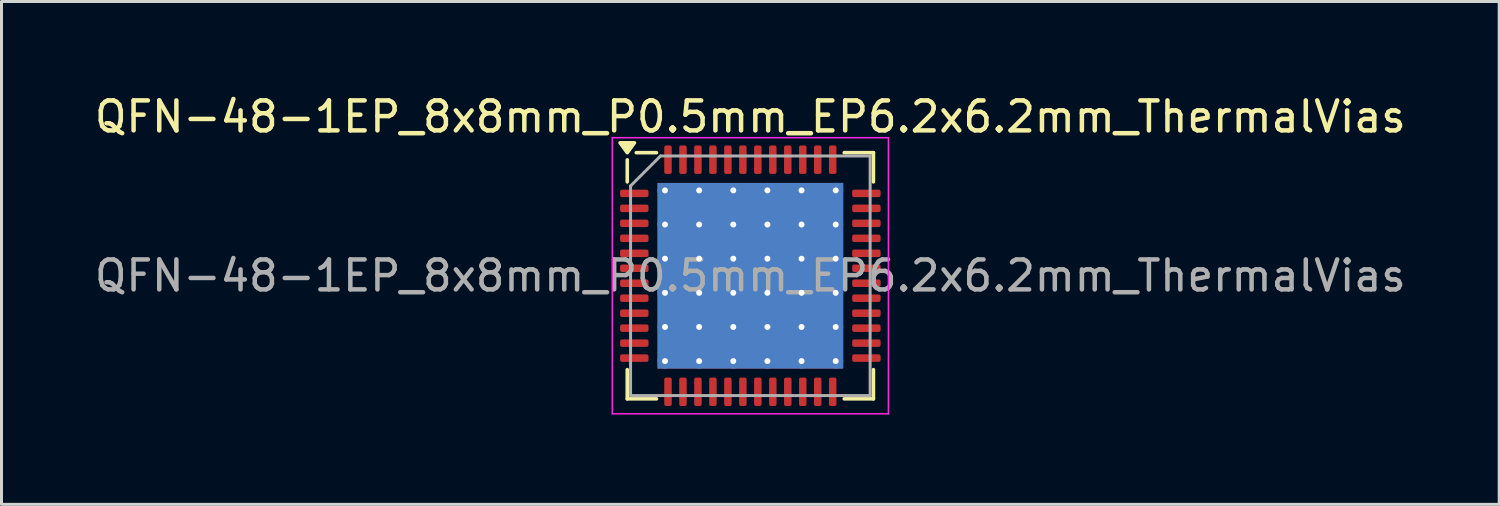
<source format=kicad_pcb>
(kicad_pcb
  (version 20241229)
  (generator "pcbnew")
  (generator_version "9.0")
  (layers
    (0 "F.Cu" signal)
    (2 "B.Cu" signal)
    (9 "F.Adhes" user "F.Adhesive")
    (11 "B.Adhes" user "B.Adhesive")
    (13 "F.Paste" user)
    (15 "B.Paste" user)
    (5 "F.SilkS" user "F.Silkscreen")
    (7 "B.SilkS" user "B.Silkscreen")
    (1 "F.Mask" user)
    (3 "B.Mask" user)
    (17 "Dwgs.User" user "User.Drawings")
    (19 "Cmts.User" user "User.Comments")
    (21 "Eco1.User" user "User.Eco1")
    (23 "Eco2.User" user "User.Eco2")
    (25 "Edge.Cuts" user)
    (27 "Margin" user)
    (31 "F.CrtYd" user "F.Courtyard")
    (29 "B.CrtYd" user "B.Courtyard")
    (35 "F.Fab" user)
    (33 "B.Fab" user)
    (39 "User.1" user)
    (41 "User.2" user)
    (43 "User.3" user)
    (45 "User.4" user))
  (footprint "QFN-48-1EP_8x8mm_P0.5mm_EP6.2x6.2mm_ThermalVias"
    (layer "F.Cu")
    (at 22.006 6.158)
    (property "Reference" "QFN-48-1EP_8x8mm_P0.5mm_EP6.2x6.2mm_ThermalVias" (at 0 -5.31 0) (layer "F.SilkS") (effects (font (size 1 1) (thickness 0.15))))
    (attr smd)
    (fp_line (start -4.11 -3.135) (end -4.11 -3.87) (stroke (width 0.12) (type solid)) (layer "F.SilkS"))
    (fp_line (start -4.11 4.11) (end -4.11 3.135) (stroke (width 0.12) (type solid)) (layer "F.SilkS"))
    (fp_line (start -3.135 -4.11) (end -3.81 -4.11) (stroke (width 0.12) (type solid)) (layer "F.SilkS"))
    (fp_line (start -3.135 4.11) (end -4.11 4.11) (stroke (width 0.12) (type solid)) (layer "F.SilkS"))
    (fp_line (start 3.135 -4.11) (end 4.11 -4.11) (stroke (width 0.12) (type solid)) (layer "F.SilkS"))
    (fp_line (start 3.135 4.11) (end 4.11 4.11) (stroke (width 0.12) (type solid)) (layer "F.SilkS"))
    (fp_line (start 4.11 -4.11) (end 4.11 -3.135) (stroke (width 0.12) (type solid)) (layer "F.SilkS"))
    (fp_line (start 4.11 4.11) (end 4.11 3.135) (stroke (width 0.12) (type solid)) (layer "F.SilkS"))
    (fp_poly (pts (xy -4.11 -4.11) (xy -4.35 -4.44) (xy -3.87 -4.44) (xy -4.11 -4.11)) (stroke (width 0.12) (type solid)) (fill yes) (layer "F.SilkS"))
    (fp_line (start -4.61 -4.61) (end -4.61 4.61) (stroke (width 0.05) (type solid)) (layer "F.CrtYd"))
    (fp_line (start -4.61 4.61) (end 4.61 4.61) (stroke (width 0.05) (type solid)) (layer "F.CrtYd"))
    (fp_line (start 4.61 -4.61) (end -4.61 -4.61) (stroke (width 0.05) (type solid)) (layer "F.CrtYd"))
    (fp_line (start 4.61 4.61) (end 4.61 -4.61) (stroke (width 0.05) (type solid)) (layer "F.CrtYd"))
    (fp_line (start -4 -3) (end -3 -4) (stroke (width 0.1) (type solid)) (layer "F.Fab"))
    (fp_line (start -4 4) (end -4 -3) (stroke (width 0.1) (type solid)) (layer "F.Fab"))
    (fp_line (start -3 -4) (end 4 -4) (stroke (width 0.1) (type solid)) (layer "F.Fab"))
    (fp_line (start 4 -4) (end 4 4) (stroke (width 0.1) (type solid)) (layer "F.Fab"))
    (fp_line (start 4 4) (end -4 4) (stroke (width 0.1) (type solid)) (layer "F.Fab"))
    (fp_text user "${REFERENCE}" (at 0 0 0) (layer "F.Fab") (effects (font (size 1 1) (thickness 0.15))))
    (pad "" smd roundrect (at -2.28 -2.28) (size 0.961 0.961) (layers "F.Paste") (roundrect_rratio 0.25))
    (pad "" smd roundrect (at -2.28 -1.14) (size 0.961 0.961) (layers "F.Paste") (roundrect_rratio 0.25))
    (pad "" smd roundrect (at -2.28 0) (size 0.961 0.961) (layers "F.Paste") (roundrect_rratio 0.25))
    (pad "" smd roundrect (at -2.28 1.14) (size 0.961 0.961) (layers "F.Paste") (roundrect_rratio 0.25))
    (pad "" smd roundrect (at -2.28 2.28) (size 0.961 0.961) (layers "F.Paste") (roundrect_rratio 0.25))
    (pad "" smd roundrect (at -1.14 -2.28) (size 0.961 0.961) (layers "F.Paste") (roundrect_rratio 0.25))
    (pad "" smd roundrect (at -1.14 -1.14) (size 0.961 0.961) (layers "F.Paste") (roundrect_rratio 0.25))
    (pad "" smd roundrect (at -1.14 0) (size 0.961 0.961) (layers "F.Paste") (roundrect_rratio 0.25))
    (pad "" smd roundrect (at -1.14 1.14) (size 0.961 0.961) (layers "F.Paste") (roundrect_rratio 0.25))
    (pad "" smd roundrect (at -1.14 2.28) (size 0.961 0.961) (layers "F.Paste") (roundrect_rratio 0.25))
    (pad "" smd roundrect (at 0 -2.28) (size 0.961 0.961) (layers "F.Paste") (roundrect_rratio 0.25))
    (pad "" smd roundrect (at 0 -1.14) (size 0.961 0.961) (layers "F.Paste") (roundrect_rratio 0.25))
    (pad "" smd roundrect (at 0 0) (size 0.961 0.961) (layers "F.Paste") (roundrect_rratio 0.25))
    (pad "" smd roundrect (at 0 1.14) (size 0.961 0.961) (layers "F.Paste") (roundrect_rratio 0.25))
    (pad "" smd roundrect (at 0 2.28) (size 0.961 0.961) (layers "F.Paste") (roundrect_rratio 0.25))
    (pad "" smd roundrect (at 1.14 -2.28) (size 0.961 0.961) (layers "F.Paste") (roundrect_rratio 0.25))
    (pad "" smd roundrect (at 1.14 -1.14) (size 0.961 0.961) (layers "F.Paste") (roundrect_rratio 0.25))
    (pad "" smd roundrect (at 1.14 0) (size 0.961 0.961) (layers "F.Paste") (roundrect_rratio 0.25))
    (pad "" smd roundrect (at 1.14 1.14) (size 0.961 0.961) (layers "F.Paste") (roundrect_rratio 0.25))
    (pad "" smd roundrect (at 1.14 2.28) (size 0.961 0.961) (layers "F.Paste") (roundrect_rratio 0.25))
    (pad "" smd roundrect (at 2.28 -2.28) (size 0.961 0.961) (layers "F.Paste") (roundrect_rratio 0.25))
    (pad "" smd roundrect (at 2.28 -1.14) (size 0.961 0.961) (layers "F.Paste") (roundrect_rratio 0.25))
    (pad "" smd roundrect (at 2.28 0) (size 0.961 0.961) (layers "F.Paste") (roundrect_rratio 0.25))
    (pad "" smd roundrect (at 2.28 1.14) (size 0.961 0.961) (layers "F.Paste") (roundrect_rratio 0.25))
    (pad "" smd roundrect (at 2.28 2.28) (size 0.961 0.961) (layers "F.Paste") (roundrect_rratio 0.25))
    (pad "1" smd roundrect (at -3.875 -2.75) (size 0.95 0.25) (layers "F.Cu" "F.Mask" "F.Paste") (roundrect_rratio 0.25))
    (pad "2" smd roundrect (at -3.875 -2.25) (size 0.95 0.25) (layers "F.Cu" "F.Mask" "F.Paste") (roundrect_rratio 0.25))
    (pad "3" smd roundrect (at -3.875 -1.75) (size 0.95 0.25) (layers "F.Cu" "F.Mask" "F.Paste") (roundrect_rratio 0.25))
    (pad "4" smd roundrect (at -3.875 -1.25) (size 0.95 0.25) (layers "F.Cu" "F.Mask" "F.Paste") (roundrect_rratio 0.25))
    (pad "5" smd roundrect (at -3.875 -0.75) (size 0.95 0.25) (layers "F.Cu" "F.Mask" "F.Paste") (roundrect_rratio 0.25))
    (pad "6" smd roundrect (at -3.875 -0.25) (size 0.95 0.25) (layers "F.Cu" "F.Mask" "F.Paste") (roundrect_rratio 0.25))
    (pad "7" smd roundrect (at -3.875 0.25) (size 0.95 0.25) (layers "F.Cu" "F.Mask" "F.Paste") (roundrect_rratio 0.25))
    (pad "8" smd roundrect (at -3.875 0.75) (size 0.95 0.25) (layers "F.Cu" "F.Mask" "F.Paste") (roundrect_rratio 0.25))
    (pad "9" smd roundrect (at -3.875 1.25) (size 0.95 0.25) (layers "F.Cu" "F.Mask" "F.Paste") (roundrect_rratio 0.25))
    (pad "10" smd roundrect (at -3.875 1.75) (size 0.95 0.25) (layers "F.Cu" "F.Mask" "F.Paste") (roundrect_rratio 0.25))
    (pad "11" smd roundrect (at -3.875 2.25) (size 0.95 0.25) (layers "F.Cu" "F.Mask" "F.Paste") (roundrect_rratio 0.25))
    (pad "12" smd roundrect (at -3.875 2.75) (size 0.95 0.25) (layers "F.Cu" "F.Mask" "F.Paste") (roundrect_rratio 0.25))
    (pad "13" smd roundrect (at -2.75 3.875) (size 0.25 0.95) (layers "F.Cu" "F.Mask" "F.Paste") (roundrect_rratio 0.25))
    (pad "14" smd roundrect (at -2.25 3.875) (size 0.25 0.95) (layers "F.Cu" "F.Mask" "F.Paste") (roundrect_rratio 0.25))
    (pad "15" smd roundrect (at -1.75 3.875) (size 0.25 0.95) (layers "F.Cu" "F.Mask" "F.Paste") (roundrect_rratio 0.25))
    (pad "16" smd roundrect (at -1.25 3.875) (size 0.25 0.95) (layers "F.Cu" "F.Mask" "F.Paste") (roundrect_rratio 0.25))
    (pad "17" smd roundrect (at -0.75 3.875) (size 0.25 0.95) (layers "F.Cu" "F.Mask" "F.Paste") (roundrect_rratio 0.25))
    (pad "18" smd roundrect (at -0.25 3.875) (size 0.25 0.95) (layers "F.Cu" "F.Mask" "F.Paste") (roundrect_rratio 0.25))
    (pad "19" smd roundrect (at 0.25 3.875) (size 0.25 0.95) (layers "F.Cu" "F.Mask" "F.Paste") (roundrect_rratio 0.25))
    (pad "20" smd roundrect (at 0.75 3.875) (size 0.25 0.95) (layers "F.Cu" "F.Mask" "F.Paste") (roundrect_rratio 0.25))
    (pad "21" smd roundrect (at 1.25 3.875) (size 0.25 0.95) (layers "F.Cu" "F.Mask" "F.Paste") (roundrect_rratio 0.25))
    (pad "22" smd roundrect (at 1.75 3.875) (size 0.25 0.95) (layers "F.Cu" "F.Mask" "F.Paste") (roundrect_rratio 0.25))
    (pad "23" smd roundrect (at 2.25 3.875) (size 0.25 0.95) (layers "F.Cu" "F.Mask" "F.Paste") (roundrect_rratio 0.25))
    (pad "24" smd roundrect (at 2.75 3.875) (size 0.25 0.95) (layers "F.Cu" "F.Mask" "F.Paste") (roundrect_rratio 0.25))
    (pad "25" smd roundrect (at 3.875 2.75) (size 0.95 0.25) (layers "F.Cu" "F.Mask" "F.Paste") (roundrect_rratio 0.25))
    (pad "26" smd roundrect (at 3.875 2.25) (size 0.95 0.25) (layers "F.Cu" "F.Mask" "F.Paste") (roundrect_rratio 0.25))
    (pad "27" smd roundrect (at 3.875 1.75) (size 0.95 0.25) (layers "F.Cu" "F.Mask" "F.Paste") (roundrect_rratio 0.25))
    (pad "28" smd roundrect (at 3.875 1.25) (size 0.95 0.25) (layers "F.Cu" "F.Mask" "F.Paste") (roundrect_rratio 0.25))
    (pad "29" smd roundrect (at 3.875 0.75) (size 0.95 0.25) (layers "F.Cu" "F.Mask" "F.Paste") (roundrect_rratio 0.25))
    (pad "30" smd roundrect (at 3.875 0.25) (size 0.95 0.25) (layers "F.Cu" "F.Mask" "F.Paste") (roundrect_rratio 0.25))
    (pad "31" smd roundrect (at 3.875 -0.25) (size 0.95 0.25) (layers "F.Cu" "F.Mask" "F.Paste") (roundrect_rratio 0.25))
    (pad "32" smd roundrect (at 3.875 -0.75) (size 0.95 0.25) (layers "F.Cu" "F.Mask" "F.Paste") (roundrect_rratio 0.25))
    (pad "33" smd roundrect (at 3.875 -1.25) (size 0.95 0.25) (layers "F.Cu" "F.Mask" "F.Paste") (roundrect_rratio 0.25))
    (pad "34" smd roundrect (at 3.875 -1.75) (size 0.95 0.25) (layers "F.Cu" "F.Mask" "F.Paste") (roundrect_rratio 0.25))
    (pad "35" smd roundrect (at 3.875 -2.25) (size 0.95 0.25) (layers "F.Cu" "F.Mask" "F.Paste") (roundrect_rratio 0.25))
    (pad "36" smd roundrect (at 3.875 -2.75) (size 0.95 0.25) (layers "F.Cu" "F.Mask" "F.Paste") (roundrect_rratio 0.25))
    (pad "37" smd roundrect (at 2.75 -3.875) (size 0.25 0.95) (layers "F.Cu" "F.Mask" "F.Paste") (roundrect_rratio 0.25))
    (pad "38" smd roundrect (at 2.25 -3.875) (size 0.25 0.95) (layers "F.Cu" "F.Mask" "F.Paste") (roundrect_rratio 0.25))
    (pad "39" smd roundrect (at 1.75 -3.875) (size 0.25 0.95) (layers "F.Cu" "F.Mask" "F.Paste") (roundrect_rratio 0.25))
    (pad "40" smd roundrect (at 1.25 -3.875) (size 0.25 0.95) (layers "F.Cu" "F.Mask" "F.Paste") (roundrect_rratio 0.25))
    (pad "41" smd roundrect (at 0.75 -3.875) (size 0.25 0.95) (layers "F.Cu" "F.Mask" "F.Paste") (roundrect_rratio 0.25))
    (pad "42" smd roundrect (at 0.25 -3.875) (size 0.25 0.95) (layers "F.Cu" "F.Mask" "F.Paste") (roundrect_rratio 0.25))
    (pad "43" smd roundrect (at -0.25 -3.875) (size 0.25 0.95) (layers "F.Cu" "F.Mask" "F.Paste") (roundrect_rratio 0.25))
    (pad "44" smd roundrect (at -0.75 -3.875) (size 0.25 0.95) (layers "F.Cu" "F.Mask" "F.Paste") (roundrect_rratio 0.25))
    (pad "45" smd roundrect (at -1.25 -3.875) (size 0.25 0.95) (layers "F.Cu" "F.Mask" "F.Paste") (roundrect_rratio 0.25))
    (pad "46" smd roundrect (at -1.75 -3.875) (size 0.25 0.95) (layers "F.Cu" "F.Mask" "F.Paste") (roundrect_rratio 0.25))
    (pad "47" smd roundrect (at -2.25 -3.875) (size 0.25 0.95) (layers "F.Cu" "F.Mask" "F.Paste") (roundrect_rratio 0.25))
    (pad "48" smd roundrect (at -2.75 -3.875) (size 0.25 0.95) (layers "F.Cu" "F.Mask" "F.Paste") (roundrect_rratio 0.25))
    (pad "49" thru_hole circle (at -2.85 -2.85) (size 0.5 0.5) (drill 0.2) (property pad_prop_heatsink) (layers "*.Cu"))
    (pad "49" thru_hole circle (at -2.85 -1.71) (size 0.5 0.5) (drill 0.2) (property pad_prop_heatsink) (layers "*.Cu"))
    (pad "49" thru_hole circle (at -2.85 -0.57) (size 0.5 0.5) (drill 0.2) (property pad_prop_heatsink) (layers "*.Cu"))
    (pad "49" thru_hole circle (at -2.85 0.57) (size 0.5 0.5) (drill 0.2) (property pad_prop_heatsink) (layers "*.Cu"))
    (pad "49" thru_hole circle (at -2.85 1.71) (size 0.5 0.5) (drill 0.2) (property pad_prop_heatsink) (layers "*.Cu"))
    (pad "49" thru_hole circle (at -2.85 2.85) (size 0.5 0.5) (drill 0.2) (property pad_prop_heatsink) (layers "*.Cu"))
    (pad "49" thru_hole circle (at -1.71 -2.85) (size 0.5 0.5) (drill 0.2) (property pad_prop_heatsink) (layers "*.Cu"))
    (pad "49" thru_hole circle (at -1.71 -1.71) (size 0.5 0.5) (drill 0.2) (property pad_prop_heatsink) (layers "*.Cu"))
    (pad "49" thru_hole circle (at -1.71 -0.57) (size 0.5 0.5) (drill 0.2) (property pad_prop_heatsink) (layers "*.Cu"))
    (pad "49" thru_hole circle (at -1.71 0.57) (size 0.5 0.5) (drill 0.2) (property pad_prop_heatsink) (layers "*.Cu"))
    (pad "49" thru_hole circle (at -1.71 1.71) (size 0.5 0.5) (drill 0.2) (property pad_prop_heatsink) (layers "*.Cu"))
    (pad "49" thru_hole circle (at -1.71 2.85) (size 0.5 0.5) (drill 0.2) (property pad_prop_heatsink) (layers "*.Cu"))
    (pad "49" thru_hole circle (at -0.57 -2.85) (size 0.5 0.5) (drill 0.2) (property pad_prop_heatsink) (layers "*.Cu"))
    (pad "49" thru_hole circle (at -0.57 -1.71) (size 0.5 0.5) (drill 0.2) (property pad_prop_heatsink) (layers "*.Cu"))
    (pad "49" thru_hole circle (at -0.57 -0.57) (size 0.5 0.5) (drill 0.2) (property pad_prop_heatsink) (layers "*.Cu"))
    (pad "49" thru_hole circle (at -0.57 0.57) (size 0.5 0.5) (drill 0.2) (property pad_prop_heatsink) (layers "*.Cu"))
    (pad "49" thru_hole circle (at -0.57 1.71) (size 0.5 0.5) (drill 0.2) (property pad_prop_heatsink) (layers "*.Cu"))
    (pad "49" thru_hole circle (at -0.57 2.85) (size 0.5 0.5) (drill 0.2) (property pad_prop_heatsink) (layers "*.Cu"))
    (pad "49" smd rect (at 0 0) (size 6.2 6.2) (property pad_prop_heatsink) (layers "F.Cu" "F.Mask"))
    (pad "49" smd rect (at 0 0) (size 6.2 6.2) (property pad_prop_heatsink) (layers "B.Cu"))
    (pad "49" thru_hole circle (at 0.57 -2.85) (size 0.5 0.5) (drill 0.2) (property pad_prop_heatsink) (layers "*.Cu"))
    (pad "49" thru_hole circle (at 0.57 -1.71) (size 0.5 0.5) (drill 0.2) (property pad_prop_heatsink) (layers "*.Cu"))
    (pad "49" thru_hole circle (at 0.57 -0.57) (size 0.5 0.5) (drill 0.2) (property pad_prop_heatsink) (layers "*.Cu"))
    (pad "49" thru_hole circle (at 0.57 0.57) (size 0.5 0.5) (drill 0.2) (property pad_prop_heatsink) (layers "*.Cu"))
    (pad "49" thru_hole circle (at 0.57 1.71) (size 0.5 0.5) (drill 0.2) (property pad_prop_heatsink) (layers "*.Cu"))
    (pad "49" thru_hole circle (at 0.57 2.85) (size 0.5 0.5) (drill 0.2) (property pad_prop_heatsink) (layers "*.Cu"))
    (pad "49" thru_hole circle (at 1.71 -2.85) (size 0.5 0.5) (drill 0.2) (property pad_prop_heatsink) (layers "*.Cu"))
    (pad "49" thru_hole circle (at 1.71 -1.71) (size 0.5 0.5) (drill 0.2) (property pad_prop_heatsink) (layers "*.Cu"))
    (pad "49" thru_hole circle (at 1.71 -0.57) (size 0.5 0.5) (drill 0.2) (property pad_prop_heatsink) (layers "*.Cu"))
    (pad "49" thru_hole circle (at 1.71 0.57) (size 0.5 0.5) (drill 0.2) (property pad_prop_heatsink) (layers "*.Cu"))
    (pad "49" thru_hole circle (at 1.71 1.71) (size 0.5 0.5) (drill 0.2) (property pad_prop_heatsink) (layers "*.Cu"))
    (pad "49" thru_hole circle (at 1.71 2.85) (size 0.5 0.5) (drill 0.2) (property pad_prop_heatsink) (layers "*.Cu"))
    (pad "49" thru_hole circle (at 2.85 -2.85) (size 0.5 0.5) (drill 0.2) (property pad_prop_heatsink) (layers "*.Cu"))
    (pad "49" thru_hole circle (at 2.85 -1.71) (size 0.5 0.5) (drill 0.2) (property pad_prop_heatsink) (layers "*.Cu"))
    (pad "49" thru_hole circle (at 2.85 -0.57) (size 0.5 0.5) (drill 0.2) (property pad_prop_heatsink) (layers "*.Cu"))
    (pad "49" thru_hole circle (at 2.85 0.57) (size 0.5 0.5) (drill 0.2) (property pad_prop_heatsink) (layers "*.Cu"))
    (pad "49" thru_hole circle (at 2.85 1.71) (size 0.5 0.5) (drill 0.2) (property pad_prop_heatsink) (layers "*.Cu"))
    (pad "49" thru_hole circle (at 2.85 2.85) (size 0.5 0.5) (drill 0.2) (property pad_prop_heatsink) (layers "*.Cu")))
  (gr_rect
    (start -3 -3)
    (end 47.012 13.793)
    (stroke (width 0.1) (type default))
    (fill no)
    (layer "Edge.Cuts")))
</source>
